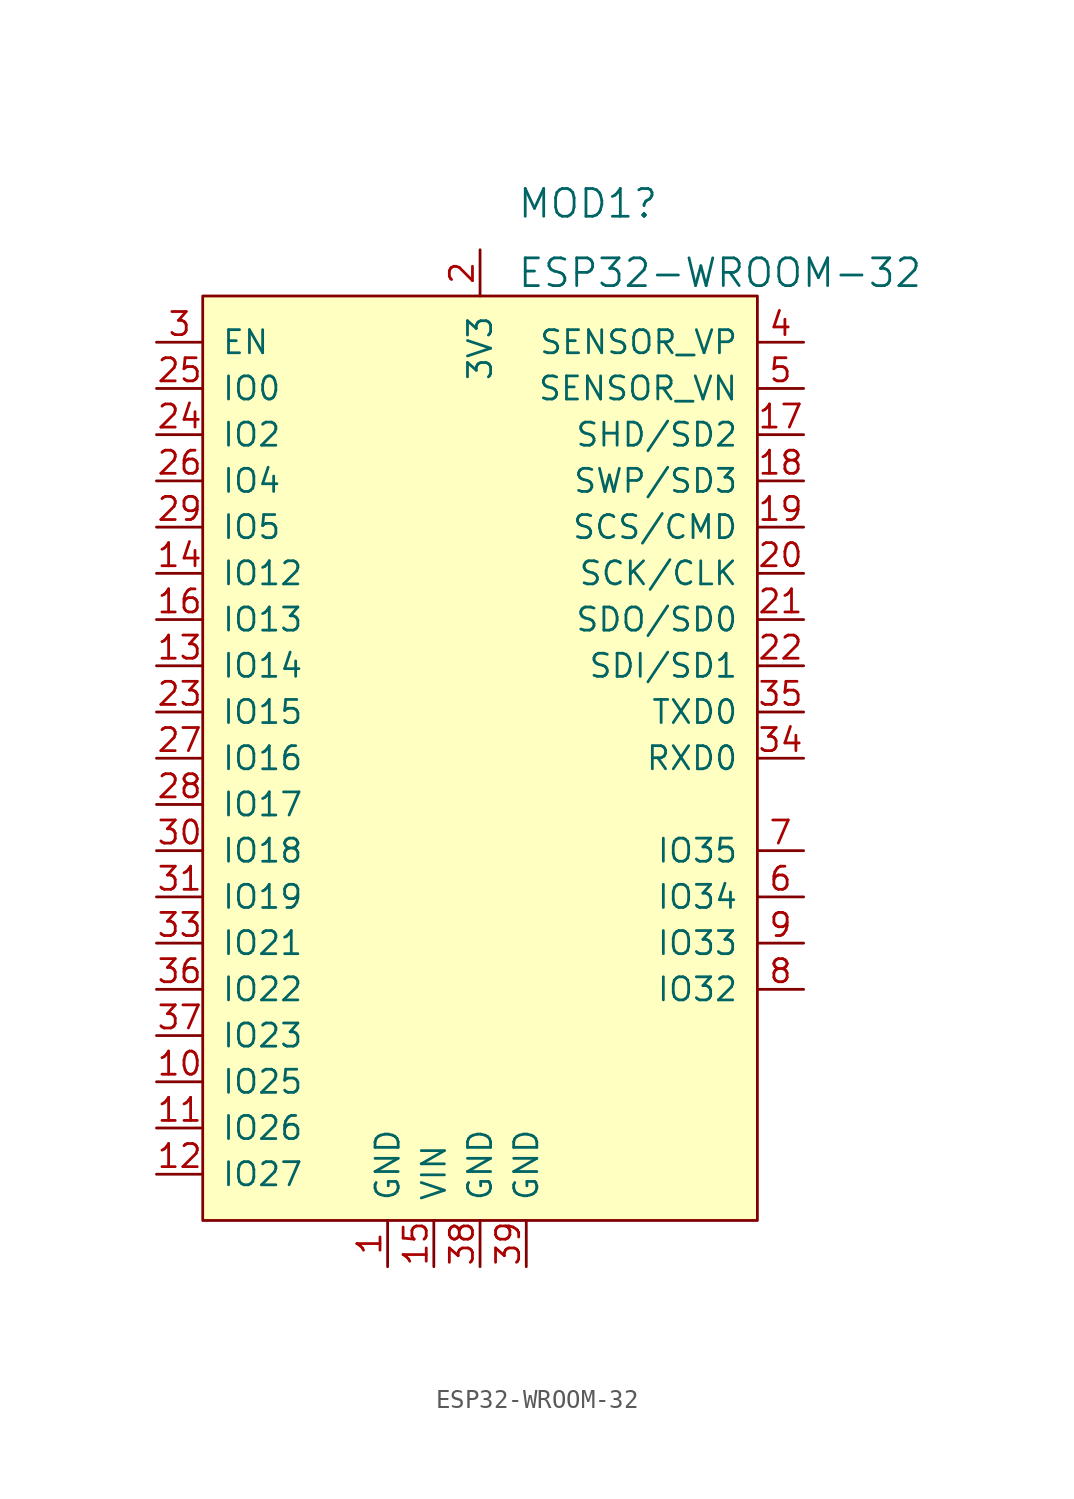
<source format=kicad_sym>
(kicad_symbol_lib
  (version 20231120)
  (generator "kicad_symbol_editor")
  (generator_version "8.0")
  (symbol "ESP32-WROOM-32"
    (pin_names
      (offset 1.016))
    (property "Reference" "MOD1"
      (at 7.099 5.08 0)
      (effects (font (size 1.524 1.524)) (justify left)))
    (property "Value" "ESP32-WROOM-32"
      (at 7.099 1.27 0)
      (effects (font (size 1.524 1.524)) (justify left)))
    (symbol "ESP32-WROOM-32_0_1"
      (rectangle (start -10.16 0) (end 20.32 -50.8) (stroke (width 0) (type default)) (fill (type background))))
    (symbol "ESP32-WROOM-32_1_1"
      (pin power_in line (at 0 -53.34 90) (length 2.54) (name "GND" (effects (font (size 1.27 1.27)))) (number "1" (effects (font (size 1.27 1.27)))))
      (pin bidirectional line (at -12.7 -43.18 0) (length 2.54) (name "IO25" (effects (font (size 1.27 1.27)))) (number "10" (effects (font (size 1.27 1.27)))))
      (pin bidirectional line (at -12.7 -45.72 0) (length 2.54) (name "IO26" (effects (font (size 1.27 1.27)))) (number "11" (effects (font (size 1.27 1.27)))))
      (pin bidirectional line (at -12.7 -48.26 0) (length 2.54) (name "IO27" (effects (font (size 1.27 1.27)))) (number "12" (effects (font (size 1.27 1.27)))))
      (pin bidirectional line (at -12.7 -20.32 0) (length 2.54) (name "IO14" (effects (font (size 1.27 1.27)))) (number "13" (effects (font (size 1.27 1.27)))))
      (pin bidirectional line (at -12.7 -15.24 0) (length 2.54) (name "IO12" (effects (font (size 1.27 1.27)))) (number "14" (effects (font (size 1.27 1.27)))))
      (pin power_in line (at 2.54 -53.34 90) (length 2.54) (name "VIN" (effects (font (size 1.27 1.27)))) (number "15" (effects (font (size 1.27 1.27)))))
      (pin bidirectional line (at -12.7 -17.78 0) (length 2.54) (name "IO13" (effects (font (size 1.27 1.27)))) (number "16" (effects (font (size 1.27 1.27)))))
      (pin bidirectional line (at 22.86 -7.62 180) (length 2.54) (name "SHD/SD2" (effects (font (size 1.27 1.27)))) (number "17" (effects (font (size 1.27 1.27)))))
      (pin bidirectional line (at 22.86 -10.16 180) (length 2.54) (name "SWP/SD3" (effects (font (size 1.27 1.27)))) (number "18" (effects (font (size 1.27 1.27)))))
      (pin bidirectional line (at 22.86 -12.7 180) (length 2.54) (name "SCS/CMD" (effects (font (size 1.27 1.27)))) (number "19" (effects (font (size 1.27 1.27)))))
      (pin power_in line (at 5.08 2.54 270) (length 2.54) (name "3V3" (effects (font (size 1.27 1.27)))) (number "2" (effects (font (size 1.27 1.27)))))
      (pin bidirectional line (at 22.86 -15.24 180) (length 2.54) (name "SCK/CLK" (effects (font (size 1.27 1.27)))) (number "20" (effects (font (size 1.27 1.27)))))
      (pin bidirectional line (at 22.86 -17.78 180) (length 2.54) (name "SDO/SD0" (effects (font (size 1.27 1.27)))) (number "21" (effects (font (size 1.27 1.27)))))
      (pin bidirectional line (at 22.86 -20.32 180) (length 2.54) (name "SDI/SD1" (effects (font (size 1.27 1.27)))) (number "22" (effects (font (size 1.27 1.27)))))
      (pin bidirectional line (at -12.7 -22.86 0) (length 2.54) (name "IO15" (effects (font (size 1.27 1.27)))) (number "23" (effects (font (size 1.27 1.27)))))
      (pin bidirectional line (at -12.7 -7.62 0) (length 2.54) (name "IO2" (effects (font (size 1.27 1.27)))) (number "24" (effects (font (size 1.27 1.27)))))
      (pin bidirectional line (at -12.7 -5.08 0) (length 2.54) (name "IO0" (effects (font (size 1.27 1.27)))) (number "25" (effects (font (size 1.27 1.27)))))
      (pin bidirectional line (at -12.7 -10.16 0) (length 2.54) (name "IO4" (effects (font (size 1.27 1.27)))) (number "26" (effects (font (size 1.27 1.27)))))
      (pin bidirectional line (at -12.7 -25.4 0) (length 2.54) (name "IO16" (effects (font (size 1.27 1.27)))) (number "27" (effects (font (size 1.27 1.27)))))
      (pin bidirectional line (at -12.7 -27.94 0) (length 2.54) (name "IO17" (effects (font (size 1.27 1.27)))) (number "28" (effects (font (size 1.27 1.27)))))
      (pin bidirectional line (at -12.7 -12.7 0) (length 2.54) (name "IO5" (effects (font (size 1.27 1.27)))) (number "29" (effects (font (size 1.27 1.27)))))
      (pin input line (at -12.7 -2.54 0) (length 2.54) (name "EN" (effects (font (size 1.27 1.27)))) (number "3" (effects (font (size 1.27 1.27)))))
      (pin bidirectional line (at -12.7 -30.48 0) (length 2.54) (name "IO18" (effects (font (size 1.27 1.27)))) (number "30" (effects (font (size 1.27 1.27)))))
      (pin bidirectional line (at -12.7 -33.02 0) (length 2.54) (name "IO19" (effects (font (size 1.27 1.27)))) (number "31" (effects (font (size 1.27 1.27)))))
      (pin no_connect line (at 20.32 -43.18 180) (length 2.54) hide (name "NC" (effects (font (size 1.27 1.27)))) (number "32" (effects (font (size 1.27 1.27)))))
      (pin bidirectional line (at -12.7 -35.56 0) (length 2.54) (name "IO21" (effects (font (size 1.27 1.27)))) (number "33" (effects (font (size 1.27 1.27)))))
      (pin bidirectional line (at 22.86 -25.4 180) (length 2.54) (name "RXD0" (effects (font (size 1.27 1.27)))) (number "34" (effects (font (size 1.27 1.27)))))
      (pin bidirectional line (at 22.86 -22.86 180) (length 2.54) (name "TXD0" (effects (font (size 1.27 1.27)))) (number "35" (effects (font (size 1.27 1.27)))))
      (pin bidirectional line (at -12.7 -38.1 0) (length 2.54) (name "IO22" (effects (font (size 1.27 1.27)))) (number "36" (effects (font (size 1.27 1.27)))))
      (pin bidirectional line (at -12.7 -40.64 0) (length 2.54) (name "IO23" (effects (font (size 1.27 1.27)))) (number "37" (effects (font (size 1.27 1.27)))))
      (pin power_in line (at 5.08 -53.34 90) (length 2.54) (name "GND" (effects (font (size 1.27 1.27)))) (number "38" (effects (font (size 1.27 1.27)))))
      (pin power_in line (at 7.62 -53.34 90) (length 2.54) (name "GND" (effects (font (size 1.27 1.27)))) (number "39" (effects (font (size 1.27 1.27)))))
      (pin input line (at 22.86 -2.54 180) (length 2.54) (name "SENSOR_VP" (effects (font (size 1.27 1.27)))) (number "4" (effects (font (size 1.27 1.27)))))
      (pin input line (at 22.86 -5.08 180) (length 2.54) (name "SENSOR_VN" (effects (font (size 1.27 1.27)))) (number "5" (effects (font (size 1.27 1.27)))))
      (pin bidirectional line (at 22.86 -33.02 180) (length 2.54) (name "IO34" (effects (font (size 1.27 1.27)))) (number "6" (effects (font (size 1.27 1.27)))))
      (pin bidirectional line (at 22.86 -30.48 180) (length 2.54) (name "IO35" (effects (font (size 1.27 1.27)))) (number "7" (effects (font (size 1.27 1.27)))))
      (pin bidirectional line (at 22.86 -38.1 180) (length 2.54) (name "IO32" (effects (font (size 1.27 1.27)))) (number "8" (effects (font (size 1.27 1.27)))))
      (pin bidirectional line (at 22.86 -35.56 180) (length 2.54) (name "IO33" (effects (font (size 1.27 1.27)))) (number "9" (effects (font (size 1.27 1.27))))))))
</source>
